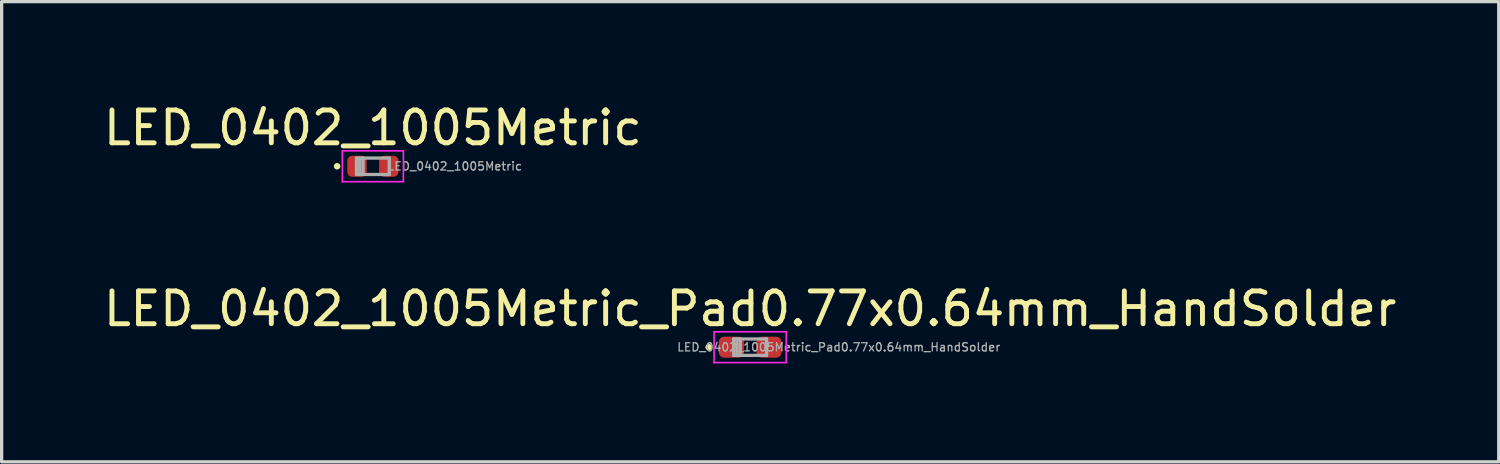
<source format=kicad_pcb>
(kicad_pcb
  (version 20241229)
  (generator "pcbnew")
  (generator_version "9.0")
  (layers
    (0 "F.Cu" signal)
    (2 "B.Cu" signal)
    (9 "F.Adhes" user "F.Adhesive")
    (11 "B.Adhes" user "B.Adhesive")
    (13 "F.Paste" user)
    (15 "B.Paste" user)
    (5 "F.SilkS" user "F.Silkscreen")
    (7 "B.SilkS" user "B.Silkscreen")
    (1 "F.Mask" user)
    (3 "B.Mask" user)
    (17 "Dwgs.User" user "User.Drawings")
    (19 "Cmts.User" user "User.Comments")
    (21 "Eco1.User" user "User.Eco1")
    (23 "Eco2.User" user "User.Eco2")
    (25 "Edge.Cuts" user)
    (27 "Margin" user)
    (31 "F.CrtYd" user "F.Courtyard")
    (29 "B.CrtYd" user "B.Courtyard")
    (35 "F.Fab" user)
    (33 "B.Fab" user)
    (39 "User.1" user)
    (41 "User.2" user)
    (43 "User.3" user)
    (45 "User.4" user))
  (footprint "LED_0402_1005Metric"
    (layer "F.Cu")
    (at 8.315 2.018)
    (property "Reference" "LED_0402_1005Metric" (at 0 -1.17 0) (layer "F.SilkS") (effects (font (size 1 1) (thickness 0.15))))
    (attr smd)
    (fp_circle (center -1.09 0) (end -1.04 0) (stroke (width 0.1) (type solid)) (fill no) (layer "F.SilkS"))
    (fp_line (start -0.93 -0.47) (end 0.93 -0.47) (stroke (width 0.05) (type solid)) (layer "F.CrtYd"))
    (fp_line (start -0.93 0.47) (end -0.93 -0.47) (stroke (width 0.05) (type solid)) (layer "F.CrtYd"))
    (fp_line (start 0.93 -0.47) (end 0.93 0.47) (stroke (width 0.05) (type solid)) (layer "F.CrtYd"))
    (fp_line (start 0.93 0.47) (end -0.93 0.47) (stroke (width 0.05) (type solid)) (layer "F.CrtYd"))
    (fp_line (start -0.5 -0.25) (end 0.5 -0.25) (stroke (width 0.1) (type solid)) (layer "F.Fab"))
    (fp_line (start -0.5 0.25) (end -0.5 -0.25) (stroke (width 0.1) (type solid)) (layer "F.Fab"))
    (fp_line (start -0.4 0.25) (end -0.4 -0.25) (stroke (width 0.1) (type solid)) (layer "F.Fab"))
    (fp_line (start -0.3 0.25) (end -0.3 -0.25) (stroke (width 0.1) (type solid)) (layer "F.Fab"))
    (fp_line (start 0.5 -0.25) (end 0.5 0.25) (stroke (width 0.1) (type solid)) (layer "F.Fab"))
    (fp_line (start 0.5 0.25) (end -0.5 0.25) (stroke (width 0.1) (type solid)) (layer "F.Fab"))
    (fp_text user "${REFERENCE}" (at 2.5 0 0) (layer "F.Fab") (effects (font (size 0.25 0.25) (thickness 0.04))))
    (pad "1" smd roundrect (at -0.485 0) (size 0.59 0.64) (layers "F.Cu" "F.Mask" "F.Paste") (roundrect_rratio 0.25))
    (pad "2" smd roundrect (at 0.485 0) (size 0.59 0.64) (layers "F.Cu" "F.Mask" "F.Paste") (roundrect_rratio 0.25)))
  (footprint "LED_0402_1005Metric_Pad0.77x0.64mm_HandSolder"
    (layer "F.Cu")
    (at 19.815 7.532)
    (property "Reference" "LED_0402_1005Metric_Pad0.77x0.64mm_HandSolder" (at 0 -1.17 0) (layer "F.SilkS") (effects (font (size 1 1) (thickness 0.15))))
    (attr smd)
    (fp_circle (center -1.265 0) (end -1.215 0) (stroke (width 0.1) (type solid)) (fill no) (layer "F.SilkS"))
    (fp_line (start -1.1 -0.47) (end 1.1 -0.47) (stroke (width 0.05) (type solid)) (layer "F.CrtYd"))
    (fp_line (start -1.1 0.47) (end -1.1 -0.47) (stroke (width 0.05) (type solid)) (layer "F.CrtYd"))
    (fp_line (start 1.1 -0.47) (end 1.1 0.47) (stroke (width 0.05) (type solid)) (layer "F.CrtYd"))
    (fp_line (start 1.1 0.47) (end -1.1 0.47) (stroke (width 0.05) (type solid)) (layer "F.CrtYd"))
    (fp_line (start -0.5 -0.25) (end 0.5 -0.25) (stroke (width 0.1) (type solid)) (layer "F.Fab"))
    (fp_line (start -0.5 0.25) (end -0.5 -0.25) (stroke (width 0.1) (type solid)) (layer "F.Fab"))
    (fp_line (start -0.4 0.25) (end -0.4 -0.25) (stroke (width 0.1) (type solid)) (layer "F.Fab"))
    (fp_line (start -0.3 0.25) (end -0.3 -0.25) (stroke (width 0.1) (type solid)) (layer "F.Fab"))
    (fp_line (start 0.5 -0.25) (end 0.5 0.25) (stroke (width 0.1) (type solid)) (layer "F.Fab"))
    (fp_line (start 0.5 0.25) (end -0.5 0.25) (stroke (width 0.1) (type solid)) (layer "F.Fab"))
    (fp_text user "${REFERENCE}" (at 2.7 0 0) (layer "F.Fab") (effects (font (size 0.25 0.25) (thickness 0.04))))
    (pad "1" smd roundrect (at -0.573 0) (size 0.765 0.64) (layers "F.Cu" "F.Mask" "F.Paste") (roundrect_rratio 0.25))
    (pad "2" smd roundrect (at 0.573 0) (size 0.765 0.64) (layers "F.Cu" "F.Mask" "F.Paste") (roundrect_rratio 0.25)))
  (gr_rect
    (start -3 -3)
    (end 42.631 11.027)
    (stroke (width 0.1) (type default))
    (fill no)
    (layer "Edge.Cuts")))
</source>
